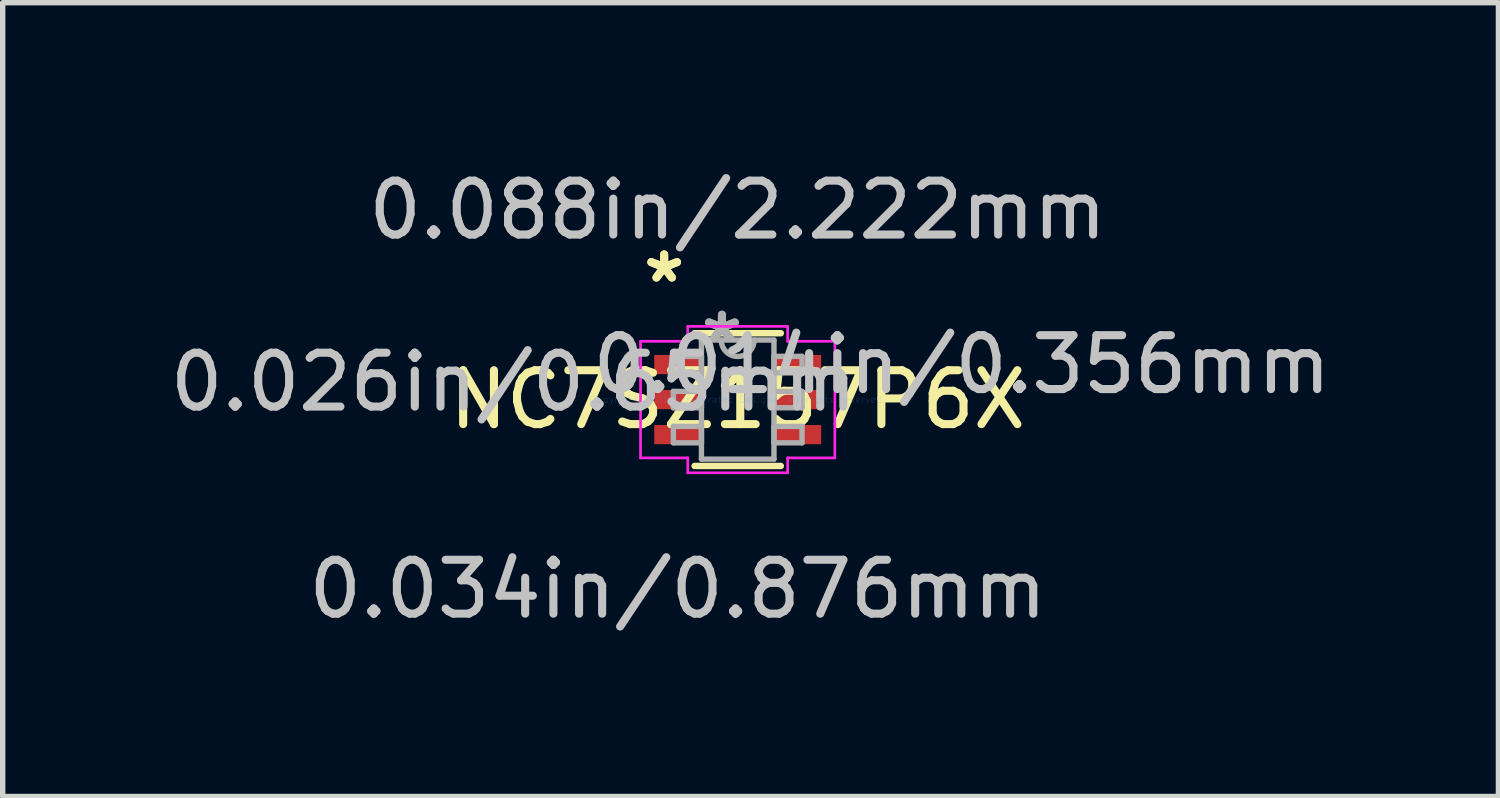
<source format=kicad_pcb>
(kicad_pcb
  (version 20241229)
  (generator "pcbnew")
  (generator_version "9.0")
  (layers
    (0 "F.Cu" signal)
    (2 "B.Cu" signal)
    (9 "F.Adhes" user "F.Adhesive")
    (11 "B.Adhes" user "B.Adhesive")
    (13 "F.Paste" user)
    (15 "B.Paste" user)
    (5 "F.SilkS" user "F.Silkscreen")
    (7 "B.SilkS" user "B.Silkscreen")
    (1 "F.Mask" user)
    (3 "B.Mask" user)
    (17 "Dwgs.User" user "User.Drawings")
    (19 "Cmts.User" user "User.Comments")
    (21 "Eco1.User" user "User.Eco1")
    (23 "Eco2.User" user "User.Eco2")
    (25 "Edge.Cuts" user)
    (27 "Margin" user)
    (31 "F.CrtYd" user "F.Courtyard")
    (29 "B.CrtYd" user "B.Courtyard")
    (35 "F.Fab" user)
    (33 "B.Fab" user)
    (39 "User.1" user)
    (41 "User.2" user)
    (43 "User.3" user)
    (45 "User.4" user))
  (footprint "NC7SZ157P6X"
    (layer "F.Cu")
    (at 10.641 4.366)
    (property "Reference" "NC7SZ157P6X" (at 0 0 0) (layer "F.SilkS") (effects (font (size 1 1) (thickness 0.15))))
    (attr through_hole)
    (fp_line (start -0.8 1.232) (end 0.8 1.232) (stroke (width 0.12) (type solid)) (layer "F.SilkS"))
    (fp_line (start 0.8 -1.232) (end -0.8 -1.232) (stroke (width 0.12) (type solid)) (layer "F.SilkS"))
    (fp_line (start -1.803 -1.082) (end -0.927 -1.082) (stroke (width 0.05) (type solid)) (layer "F.CrtYd"))
    (fp_line (start -1.803 1.082) (end -1.803 -1.082) (stroke (width 0.05) (type solid)) (layer "F.CrtYd"))
    (fp_line (start -0.927 -1.359) (end 0.927 -1.359) (stroke (width 0.05) (type solid)) (layer "F.CrtYd"))
    (fp_line (start -0.927 -1.082) (end -0.927 -1.359) (stroke (width 0.05) (type solid)) (layer "F.CrtYd"))
    (fp_line (start -0.927 1.082) (end -1.803 1.082) (stroke (width 0.05) (type solid)) (layer "F.CrtYd"))
    (fp_line (start -0.927 1.359) (end -0.927 1.082) (stroke (width 0.05) (type solid)) (layer "F.CrtYd"))
    (fp_line (start 0.927 -1.359) (end 0.927 -1.082) (stroke (width 0.05) (type solid)) (layer "F.CrtYd"))
    (fp_line (start 0.927 -1.082) (end 1.803 -1.082) (stroke (width 0.05) (type solid)) (layer "F.CrtYd"))
    (fp_line (start 0.927 1.082) (end 0.927 1.359) (stroke (width 0.05) (type solid)) (layer "F.CrtYd"))
    (fp_line (start 0.927 1.359) (end -0.927 1.359) (stroke (width 0.05) (type solid)) (layer "F.CrtYd"))
    (fp_line (start 1.803 -1.082) (end 1.803 1.082) (stroke (width 0.05) (type solid)) (layer "F.CrtYd"))
    (fp_line (start 1.803 1.082) (end 0.927 1.082) (stroke (width 0.05) (type solid)) (layer "F.CrtYd"))
    (fp_line (start -1.194 -0.802) (end -1.194 -0.498) (stroke (width 0.1) (type solid)) (layer "F.Fab"))
    (fp_line (start -1.194 -0.498) (end -0.673 -0.498) (stroke (width 0.1) (type solid)) (layer "F.Fab"))
    (fp_line (start -1.194 -0.152) (end -1.194 0.152) (stroke (width 0.1) (type solid)) (layer "F.Fab"))
    (fp_line (start -1.194 0.152) (end -0.673 0.152) (stroke (width 0.1) (type solid)) (layer "F.Fab"))
    (fp_line (start -1.194 0.498) (end -1.194 0.802) (stroke (width 0.1) (type solid)) (layer "F.Fab"))
    (fp_line (start -1.194 0.802) (end -0.673 0.802) (stroke (width 0.1) (type solid)) (layer "F.Fab"))
    (fp_line (start -0.673 -1.105) (end -0.673 1.105) (stroke (width 0.1) (type solid)) (layer "F.Fab"))
    (fp_line (start -0.673 -0.802) (end -1.194 -0.802) (stroke (width 0.1) (type solid)) (layer "F.Fab"))
    (fp_line (start -0.673 -0.498) (end -0.673 -0.802) (stroke (width 0.1) (type solid)) (layer "F.Fab"))
    (fp_line (start -0.673 -0.152) (end -1.194 -0.152) (stroke (width 0.1) (type solid)) (layer "F.Fab"))
    (fp_line (start -0.673 0.152) (end -0.673 -0.152) (stroke (width 0.1) (type solid)) (layer "F.Fab"))
    (fp_line (start -0.673 0.498) (end -1.194 0.498) (stroke (width 0.1) (type solid)) (layer "F.Fab"))
    (fp_line (start -0.673 0.802) (end -0.673 0.498) (stroke (width 0.1) (type solid)) (layer "F.Fab"))
    (fp_line (start -0.673 1.105) (end 0.673 1.105) (stroke (width 0.1) (type solid)) (layer "F.Fab"))
    (fp_line (start 0.673 -1.105) (end -0.673 -1.105) (stroke (width 0.1) (type solid)) (layer "F.Fab"))
    (fp_line (start 0.673 -0.802) (end 0.673 -0.498) (stroke (width 0.1) (type solid)) (layer "F.Fab"))
    (fp_line (start 0.673 -0.498) (end 1.194 -0.498) (stroke (width 0.1) (type solid)) (layer "F.Fab"))
    (fp_line (start 0.673 -0.152) (end 0.673 0.152) (stroke (width 0.1) (type solid)) (layer "F.Fab"))
    (fp_line (start 0.673 0.152) (end 1.194 0.152) (stroke (width 0.1) (type solid)) (layer "F.Fab"))
    (fp_line (start 0.673 0.498) (end 0.673 0.802) (stroke (width 0.1) (type solid)) (layer "F.Fab"))
    (fp_line (start 0.673 0.802) (end 1.194 0.802) (stroke (width 0.1) (type solid)) (layer "F.Fab"))
    (fp_line (start 0.673 1.105) (end 0.673 -1.105) (stroke (width 0.1) (type solid)) (layer "F.Fab"))
    (fp_line (start 1.194 -0.802) (end 0.673 -0.802) (stroke (width 0.1) (type solid)) (layer "F.Fab"))
    (fp_line (start 1.194 -0.498) (end 1.194 -0.802) (stroke (width 0.1) (type solid)) (layer "F.Fab"))
    (fp_line (start 1.194 -0.152) (end 0.673 -0.152) (stroke (width 0.1) (type solid)) (layer "F.Fab"))
    (fp_line (start 1.194 0.152) (end 1.194 -0.152) (stroke (width 0.1) (type solid)) (layer "F.Fab"))
    (fp_line (start 1.194 0.498) (end 0.673 0.498) (stroke (width 0.1) (type solid)) (layer "F.Fab"))
    (fp_line (start 1.194 0.802) (end 1.194 0.498) (stroke (width 0.1) (type solid)) (layer "F.Fab"))
    (fp_arc (start 0.3048 -1.1049) (mid 0 -0.8001) (end -0.3048 -1.1049) (stroke (width 0.1) (type solid)) (layer "F.Fab"))
    (fp_text user "*" (at -1.365 -2.149 0) (layer "F.SilkS") (effects (font (size 1 1) (thickness 0.15))))
    (fp_text user "*" (at -1.365 -2.149 0) (layer "F.SilkS") (effects (font (size 1 1) (thickness 0.15))))
    (fp_text user "0.088in/2.222mm" (at 0 -3.518 0) (layer "Dwgs.User") (effects (font (size 1 1) (thickness 0.15))))
    (fp_text user "0.014in/0.356mm" (at 4.159 -0.65 0) (layer "Dwgs.User") (effects (font (size 1 1) (thickness 0.15))))
    (fp_text user "0.034in/0.876mm" (at -1.111 3.518 0) (layer "Dwgs.User") (effects (font (size 1 1) (thickness 0.15))))
    (fp_text user "0.026in/0.65mm" (at -4.159 -0.325 0) (layer "Dwgs.User") (effects (font (size 1 1) (thickness 0.15))))
    (fp_text user "Copyright 2021 Accelerated Designs. All rights reserved." (at 0 0 0) (layer "Cmts.User") (effects (font (size 0.127 0.127) (thickness 0.002))))
    (fp_text user "*" (at -0.292 -1.029 0) (layer "F.Fab") (effects (font (size 1 1) (thickness 0.15))))
    (fp_text user "*" (at -0.292 -1.029 0) (layer "F.Fab") (effects (font (size 1 1) (thickness 0.15))))
    (pad "1" smd rect (at -1.111 -0.65) (size 0.876 0.356) (layers "F.Cu" "F.Mask" "F.Paste"))
    (pad "2" smd rect (at -1.111 0) (size 0.876 0.356) (layers "F.Cu" "F.Mask" "F.Paste"))
    (pad "3" smd rect (at -1.111 0.65) (size 0.876 0.356) (layers "F.Cu" "F.Mask" "F.Paste"))
    (pad "4" smd rect (at 1.111 0.65) (size 0.876 0.356) (layers "F.Cu" "F.Mask" "F.Paste"))
    (pad "5" smd rect (at 1.111 0) (size 0.876 0.356) (layers "F.Cu" "F.Mask" "F.Paste"))
    (pad "6" smd rect (at 1.111 -0.65) (size 0.876 0.356) (layers "F.Cu" "F.Mask" "F.Paste")))
  (gr_rect
    (start -3 -3)
    (end 24.759 11.732)
    (stroke (width 0.1) (type default))
    (fill no)
    (layer "Edge.Cuts")))
</source>
